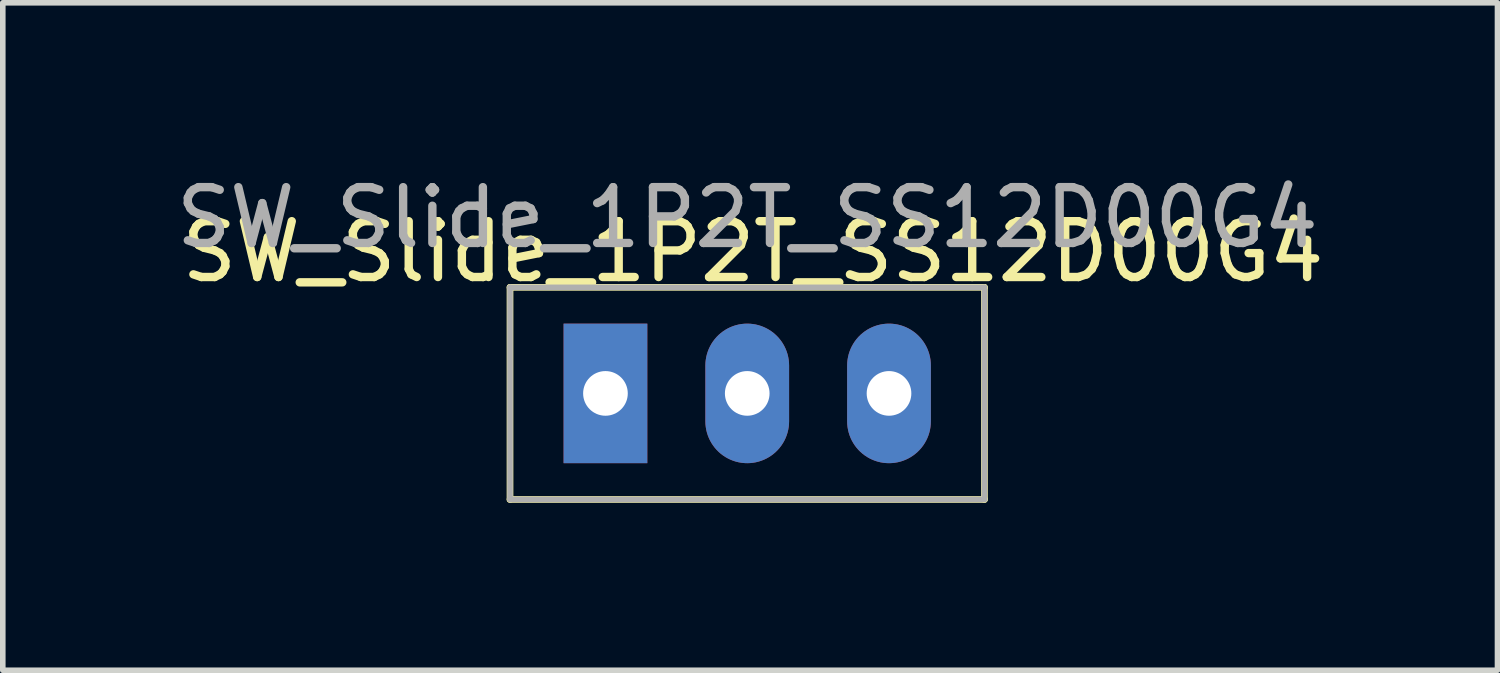
<source format=kicad_pcb>
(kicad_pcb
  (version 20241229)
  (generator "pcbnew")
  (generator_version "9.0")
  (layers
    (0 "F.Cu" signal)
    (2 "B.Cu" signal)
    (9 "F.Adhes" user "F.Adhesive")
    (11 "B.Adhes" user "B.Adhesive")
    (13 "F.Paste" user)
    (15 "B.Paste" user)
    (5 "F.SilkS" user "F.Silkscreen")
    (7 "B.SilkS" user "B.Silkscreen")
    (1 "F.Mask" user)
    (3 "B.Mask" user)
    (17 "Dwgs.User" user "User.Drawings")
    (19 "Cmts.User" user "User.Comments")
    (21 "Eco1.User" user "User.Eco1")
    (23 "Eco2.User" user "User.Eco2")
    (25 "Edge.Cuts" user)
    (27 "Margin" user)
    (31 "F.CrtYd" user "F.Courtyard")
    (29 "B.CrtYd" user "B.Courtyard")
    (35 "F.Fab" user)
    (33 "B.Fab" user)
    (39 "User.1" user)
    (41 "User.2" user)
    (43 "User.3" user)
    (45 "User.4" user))
  (footprint "SW_Slide_1P2T_SS12D00G4"
    (layer "F.Cu")
    (at 10.337 3.998)
    (property "Reference" "SW_Slide_1P2T_SS12D00G4" (at 0.102 -2.54 0) (layer "F.SilkS") (effects (font (size 1 1) (thickness 0.15))))
    (attr through_hole)
    (fp_line (start -4.25 1.9) (end -4.25 -1.9) (stroke (width 0.12) (type solid)) (layer "F.SilkS"))
    (fp_line (start -4.25 1.9) (end 4.25 1.9) (stroke (width 0.12) (type solid)) (layer "F.SilkS"))
    (fp_line (start 4.25 -1.9) (end -4.25 -1.9) (stroke (width 0.12) (type solid)) (layer "F.SilkS"))
    (fp_line (start 4.25 -1.9) (end 4.25 1.9) (stroke (width 0.12) (type solid)) (layer "F.SilkS"))
    (fp_line (start -4.25 -1.9) (end 4.25 -1.9) (stroke (width 0.1) (type solid)) (layer "F.Fab"))
    (fp_line (start -4.25 1.9) (end -4.25 -1.9) (stroke (width 0.1) (type solid)) (layer "F.Fab"))
    (fp_line (start 4.25 -1.9) (end 4.25 1.9) (stroke (width 0.1) (type solid)) (layer "F.Fab"))
    (fp_line (start 4.25 1.9) (end -4.25 1.9) (stroke (width 0.1) (type solid)) (layer "F.Fab"))
    (fp_text user "${REFERENCE}" (at 0.002 -3.15 0) (layer "F.Fab") (effects (font (size 1 1) (thickness 0.15))))
    (pad "1" thru_hole rect (at -2.54 0) (size 1.5 2.5) (drill 0.8) (layers "*.Cu" "*.Mask"))
    (pad "2" thru_hole oval (at 0 0) (size 1.5 2.5) (drill 0.8) (layers "*.Cu" "*.Mask" "Eco2.User"))
    (pad "3" thru_hole oval (at 2.54 0) (size 1.5 2.5) (drill 0.8) (layers "*.Cu" "*.Mask")))
  (gr_rect
    (start -3 -3)
    (end 23.778 8.958)
    (stroke (width 0.1) (type default))
    (fill no)
    (layer "Edge.Cuts")))
</source>
